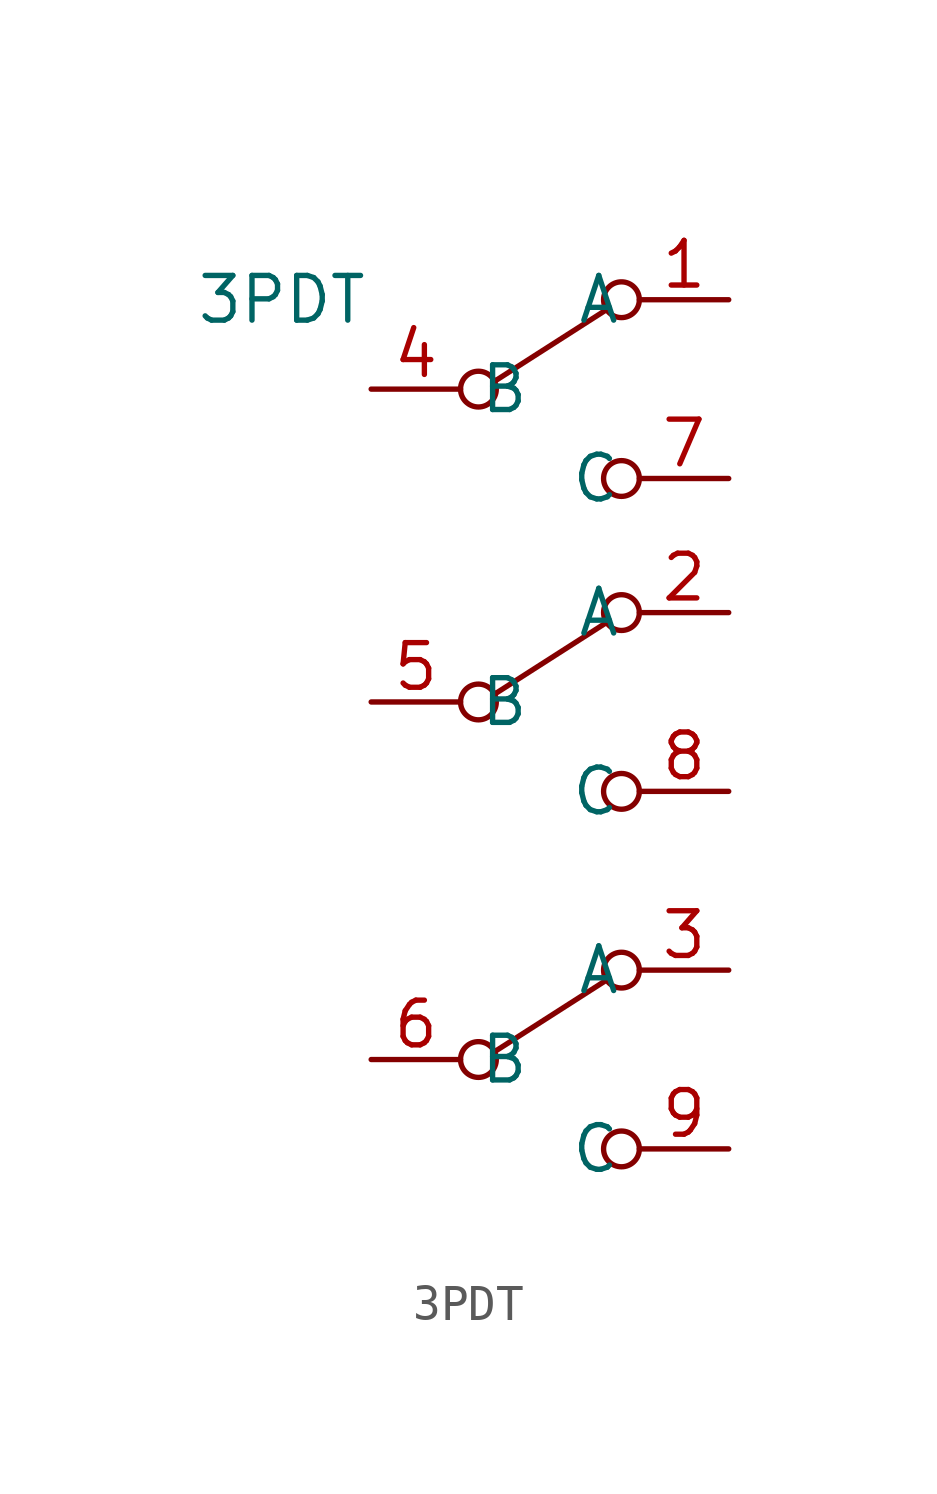
<source format=kicad_sym>
(kicad_symbol_lib
  (version 20211014)
  (generator kicad_symbol_editor)
  (symbol "3PDT"
    (property "Reference" "SW"
      (at -10.16 -1.27 0)
      (effects (font (size 1.27 1.27)) hide))
    (property "Value" "3PDT"
      (at -5.08 -1.27 0)
      (effects (font (size 1.27 1.27))))
    (symbol "3PDT_0_0"
      (circle (center 0.508 -22.86) (radius 0.508) (stroke (width 0) (type default) (color 0 0 0 0)) (fill (type none)))
      (circle (center 0.508 -12.7) (radius 0.508) (stroke (width 0) (type default) (color 0 0 0 0)) (fill (type none)))
      (circle (center 0.508 -3.81) (radius 0.508) (stroke (width 0) (type default) (color 0 0 0 0)) (fill (type none)))
      (circle (center 4.572 -25.4) (radius 0.508) (stroke (width 0) (type default) (color 0 0 0 0)) (fill (type none)))
      (circle (center 4.572 -15.24) (radius 0.508) (stroke (width 0) (type default) (color 0 0 0 0)) (fill (type none)))
      (circle (center 4.572 -6.35) (radius 0.508) (stroke (width 0) (type default) (color 0 0 0 0)) (fill (type none))))
    (symbol "3PDT_0_1"
      (polyline (pts (xy 1.016 -22.606) (xy 4.191 -20.574)) (stroke (width 0) (type default) (color 0 0 0 0)) (fill (type none)))
      (polyline (pts (xy 1.016 -12.446) (xy 4.191 -10.414)) (stroke (width 0) (type default) (color 0 0 0 0)) (fill (type none)))
      (polyline (pts (xy 1.016 -3.556) (xy 4.191 -1.524)) (stroke (width 0) (type default) (color 0 0 0 0)) (fill (type none)))
      (circle (center 4.572 -20.32) (radius 0.508) (stroke (width 0) (type default) (color 0 0 0 0)) (fill (type none)))
      (circle (center 4.572 -10.16) (radius 0.508) (stroke (width 0) (type default) (color 0 0 0 0)) (fill (type none)))
      (circle (center 4.572 -1.27) (radius 0.508) (stroke (width 0) (type default) (color 0 0 0 0)) (fill (type none))))
    (symbol "3PDT_1_1"
      (pin passive line (at 7.62 -1.27 180) (length 2.54) (name "A" (effects (font (size 1.27 1.27)))) (number "1" (effects (font (size 1.27 1.27)))))
      (pin passive line (at 7.62 -10.16 180) (length 2.54) (name "A" (effects (font (size 1.27 1.27)))) (number "2" (effects (font (size 1.27 1.27)))))
      (pin passive line (at 7.62 -20.32 180) (length 2.54) (name "A" (effects (font (size 1.27 1.27)))) (number "3" (effects (font (size 1.27 1.27)))))
      (pin passive line (at -2.54 -3.81 0) (length 2.54) (name "B" (effects (font (size 1.27 1.27)))) (number "4" (effects (font (size 1.27 1.27)))))
      (pin passive line (at -2.54 -12.7 0) (length 2.54) (name "B" (effects (font (size 1.27 1.27)))) (number "5" (effects (font (size 1.27 1.27)))))
      (pin passive line (at -2.54 -22.86 0) (length 2.54) (name "B" (effects (font (size 1.27 1.27)))) (number "6" (effects (font (size 1.27 1.27)))))
      (pin passive line (at 7.62 -6.35 180) (length 2.54) (name "C" (effects (font (size 1.27 1.27)))) (number "7" (effects (font (size 1.27 1.27)))))
      (pin passive line (at 7.62 -15.24 180) (length 2.54) (name "C" (effects (font (size 1.27 1.27)))) (number "8" (effects (font (size 1.27 1.27)))))
      (pin passive line (at 7.62 -25.4 180) (length 2.54) (name "C" (effects (font (size 1.27 1.27)))) (number "9" (effects (font (size 1.27 1.27))))))))
</source>
